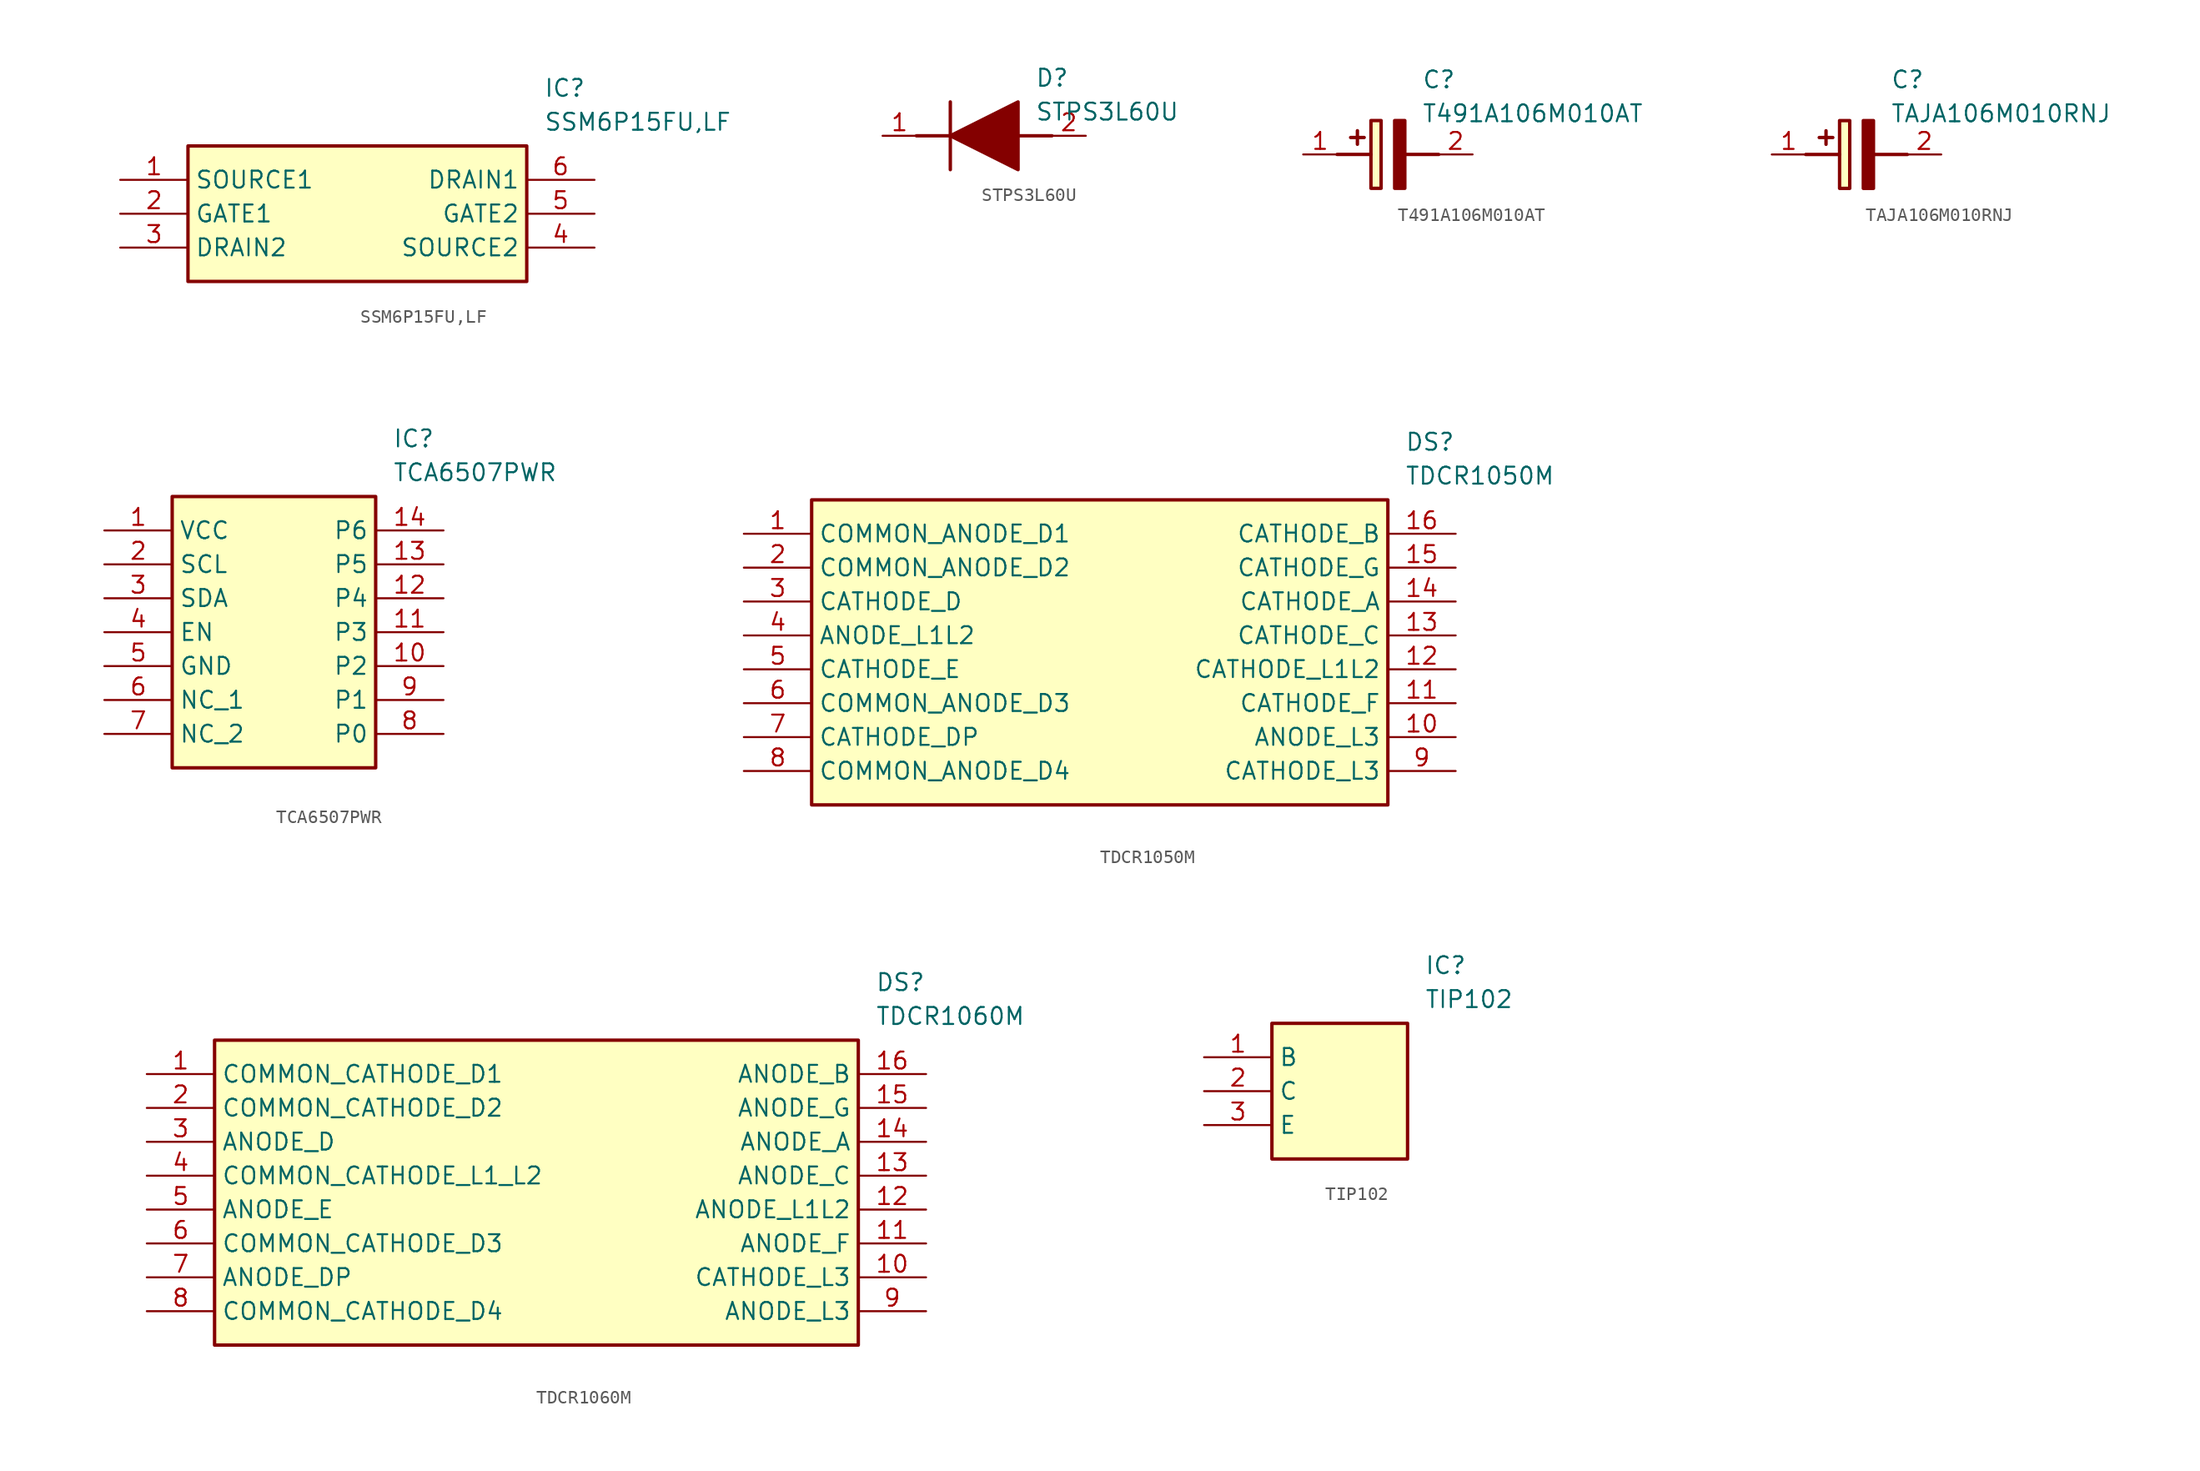
<source format=kicad_sym>
(kicad_symbol_lib
  (version 20231120)
  (generator "kicad_symbol_editor")
  (generator_version "8.0")
  (symbol "SSM6P15FU,LF"
    (property "Reference" "IC"
      (at 31.75 7.62 0)
      (effects (font (size 1.27 1.27)) (justify left top)))
    (property "Value" "SSM6P15FU,LF"
      (at 31.75 5.08 0)
      (effects (font (size 1.27 1.27)) (justify left top)))
    (symbol "SSM6P15FU,LF_1_1"
      (rectangle (start 5.08 2.54) (end 30.48 -7.62) (stroke (width 0.254) (type default)) (fill (type background)))
      (pin passive line (at 0 0 0) (length 5.08) (name "SOURCE1" (effects (font (size 1.27 1.27)))) (number "1" (effects (font (size 1.27 1.27)))))
      (pin passive line (at 0 -2.54 0) (length 5.08) (name "GATE1" (effects (font (size 1.27 1.27)))) (number "2" (effects (font (size 1.27 1.27)))))
      (pin passive line (at 0 -5.08 0) (length 5.08) (name "DRAIN2" (effects (font (size 1.27 1.27)))) (number "3" (effects (font (size 1.27 1.27)))))
      (pin passive line (at 35.56 -5.08 180) (length 5.08) (name "SOURCE2" (effects (font (size 1.27 1.27)))) (number "4" (effects (font (size 1.27 1.27)))))
      (pin passive line (at 35.56 -2.54 180) (length 5.08) (name "GATE2" (effects (font (size 1.27 1.27)))) (number "5" (effects (font (size 1.27 1.27)))))
      (pin passive line (at 35.56 0 180) (length 5.08) (name "DRAIN1" (effects (font (size 1.27 1.27)))) (number "6" (effects (font (size 1.27 1.27)))))))
  (symbol "STPS3L60U"
    (pin_names hide)
    (property "Reference" "D"
      (at 11.43 5.08 0)
      (effects (font (size 1.27 1.27)) (justify left top)))
    (property "Value" "STPS3L60U"
      (at 11.43 2.54 0)
      (effects (font (size 1.27 1.27)) (justify left top)))
    (symbol "STPS3L60U_1_1"
      (polyline (pts (xy 2.54 0) (xy 5.08 0)) (stroke (width 0.254) (type default)) (fill (type none)))
      (polyline (pts (xy 5.08 2.54) (xy 5.08 -2.54)) (stroke (width 0.254) (type default)) (fill (type none)))
      (polyline (pts (xy 10.16 0) (xy 12.7 0)) (stroke (width 0.254) (type default)) (fill (type none)))
      (polyline (pts (xy 5.08 0) (xy 10.16 2.54) (xy 10.16 -2.54) (xy 5.08 0)) (stroke (width 0.254) (type default)) (fill (type outline)))
      (pin passive line (at 0 0 0) (length 2.54) (name "K" (effects (font (size 1.27 1.27)))) (number "1" (effects (font (size 1.27 1.27)))))
      (pin passive line (at 15.24 0 180) (length 2.54) (name "A" (effects (font (size 1.27 1.27)))) (number "2" (effects (font (size 1.27 1.27)))))))
  (symbol "T491A106M010AT"
    (pin_names hide)
    (property "Reference" "C"
      (at 8.89 6.35 0)
      (effects (font (size 1.27 1.27)) (justify left top)))
    (property "Value" "T491A106M010AT"
      (at 8.89 3.81 0)
      (effects (font (size 1.27 1.27)) (justify left top)))
    (symbol "T491A106M010AT_1_1"
      (polyline (pts (xy 2.54 0) (xy 5.08 0)) (stroke (width 0.254) (type default)) (fill (type none)))
      (polyline (pts (xy 4.064 1.778) (xy 4.064 0.762)) (stroke (width 0.254) (type default)) (fill (type none)))
      (polyline (pts (xy 4.572 1.27) (xy 3.556 1.27)) (stroke (width 0.254) (type default)) (fill (type none)))
      (polyline (pts (xy 7.62 0) (xy 10.16 0)) (stroke (width 0.254) (type default)) (fill (type none)))
      (polyline (pts (xy 7.62 2.54) (xy 7.62 -2.54) (xy 6.858 -2.54) (xy 6.858 2.54) (xy 7.62 2.54)) (stroke (width 0.254) (type default)) (fill (type outline)))
      (rectangle (start 5.08 2.54) (end 5.842 -2.54) (stroke (width 0.254) (type default)) (fill (type background)))
      (pin passive line (at 0 0 0) (length 2.54) (name "+" (effects (font (size 1.27 1.27)))) (number "1" (effects (font (size 1.27 1.27)))))
      (pin passive line (at 12.7 0 180) (length 2.54) (name "-" (effects (font (size 1.27 1.27)))) (number "2" (effects (font (size 1.27 1.27)))))))
  (symbol "TAJA106M010RNJ"
    (pin_names hide)
    (property "Reference" "C"
      (at 8.89 6.35 0)
      (effects (font (size 1.27 1.27)) (justify left top)))
    (property "Value" "TAJA106M010RNJ"
      (at 8.89 3.81 0)
      (effects (font (size 1.27 1.27)) (justify left top)))
    (symbol "TAJA106M010RNJ_1_1"
      (polyline (pts (xy 2.54 0) (xy 5.08 0)) (stroke (width 0.254) (type default)) (fill (type none)))
      (polyline (pts (xy 4.064 1.778) (xy 4.064 0.762)) (stroke (width 0.254) (type default)) (fill (type none)))
      (polyline (pts (xy 4.572 1.27) (xy 3.556 1.27)) (stroke (width 0.254) (type default)) (fill (type none)))
      (polyline (pts (xy 7.62 0) (xy 10.16 0)) (stroke (width 0.254) (type default)) (fill (type none)))
      (polyline (pts (xy 7.62 2.54) (xy 7.62 -2.54) (xy 6.858 -2.54) (xy 6.858 2.54) (xy 7.62 2.54)) (stroke (width 0.254) (type default)) (fill (type outline)))
      (rectangle (start 5.08 2.54) (end 5.842 -2.54) (stroke (width 0.254) (type default)) (fill (type background)))
      (pin passive line (at 0 0 0) (length 2.54) (name "+" (effects (font (size 1.27 1.27)))) (number "1" (effects (font (size 1.27 1.27)))))
      (pin passive line (at 12.7 0 180) (length 2.54) (name "-" (effects (font (size 1.27 1.27)))) (number "2" (effects (font (size 1.27 1.27)))))))
  (symbol "TCA6507PWR"
    (property "Reference" "IC"
      (at 21.59 7.62 0)
      (effects (font (size 1.27 1.27)) (justify left top)))
    (property "Value" "TCA6507PWR"
      (at 21.59 5.08 0)
      (effects (font (size 1.27 1.27)) (justify left top)))
    (symbol "TCA6507PWR_1_1"
      (rectangle (start 5.08 2.54) (end 20.32 -17.78) (stroke (width 0.254) (type default)) (fill (type background)))
      (pin passive line (at 0 0 0) (length 5.08) (name "VCC" (effects (font (size 1.27 1.27)))) (number "1" (effects (font (size 1.27 1.27)))))
      (pin passive line (at 25.4 -10.16 180) (length 5.08) (name "P2" (effects (font (size 1.27 1.27)))) (number "10" (effects (font (size 1.27 1.27)))))
      (pin passive line (at 25.4 -7.62 180) (length 5.08) (name "P3" (effects (font (size 1.27 1.27)))) (number "11" (effects (font (size 1.27 1.27)))))
      (pin passive line (at 25.4 -5.08 180) (length 5.08) (name "P4" (effects (font (size 1.27 1.27)))) (number "12" (effects (font (size 1.27 1.27)))))
      (pin passive line (at 25.4 -2.54 180) (length 5.08) (name "P5" (effects (font (size 1.27 1.27)))) (number "13" (effects (font (size 1.27 1.27)))))
      (pin passive line (at 25.4 0 180) (length 5.08) (name "P6" (effects (font (size 1.27 1.27)))) (number "14" (effects (font (size 1.27 1.27)))))
      (pin passive line (at 0 -2.54 0) (length 5.08) (name "SCL" (effects (font (size 1.27 1.27)))) (number "2" (effects (font (size 1.27 1.27)))))
      (pin passive line (at 0 -5.08 0) (length 5.08) (name "SDA" (effects (font (size 1.27 1.27)))) (number "3" (effects (font (size 1.27 1.27)))))
      (pin passive line (at 0 -7.62 0) (length 5.08) (name "EN" (effects (font (size 1.27 1.27)))) (number "4" (effects (font (size 1.27 1.27)))))
      (pin passive line (at 0 -10.16 0) (length 5.08) (name "GND" (effects (font (size 1.27 1.27)))) (number "5" (effects (font (size 1.27 1.27)))))
      (pin passive line (at 0 -12.7 0) (length 5.08) (name "NC_1" (effects (font (size 1.27 1.27)))) (number "6" (effects (font (size 1.27 1.27)))))
      (pin passive line (at 0 -15.24 0) (length 5.08) (name "NC_2" (effects (font (size 1.27 1.27)))) (number "7" (effects (font (size 1.27 1.27)))))
      (pin passive line (at 25.4 -15.24 180) (length 5.08) (name "P0" (effects (font (size 1.27 1.27)))) (number "8" (effects (font (size 1.27 1.27)))))
      (pin passive line (at 25.4 -12.7 180) (length 5.08) (name "P1" (effects (font (size 1.27 1.27)))) (number "9" (effects (font (size 1.27 1.27)))))))
  (symbol "TDCR1050M"
    (property "Reference" "DS"
      (at 49.53 7.62 0)
      (effects (font (size 1.27 1.27)) (justify left top)))
    (property "Value" "TDCR1050M"
      (at 49.53 5.08 0)
      (effects (font (size 1.27 1.27)) (justify left top)))
    (symbol "TDCR1050M_1_1"
      (rectangle (start 5.08 2.54) (end 48.26 -20.32) (stroke (width 0.254) (type default)) (fill (type background)))
      (pin passive line (at 0 0 0) (length 5.08) (name "COMMON_ANODE_D1" (effects (font (size 1.27 1.27)))) (number "1" (effects (font (size 1.27 1.27)))))
      (pin passive line (at 53.34 -15.24 180) (length 5.08) (name "ANODE_L3" (effects (font (size 1.27 1.27)))) (number "10" (effects (font (size 1.27 1.27)))))
      (pin passive line (at 53.34 -12.7 180) (length 5.08) (name "CATHODE_F" (effects (font (size 1.27 1.27)))) (number "11" (effects (font (size 1.27 1.27)))))
      (pin passive line (at 53.34 -10.16 180) (length 5.08) (name "CATHODE_L1L2" (effects (font (size 1.27 1.27)))) (number "12" (effects (font (size 1.27 1.27)))))
      (pin passive line (at 53.34 -7.62 180) (length 5.08) (name "CATHODE_C" (effects (font (size 1.27 1.27)))) (number "13" (effects (font (size 1.27 1.27)))))
      (pin passive line (at 53.34 -5.08 180) (length 5.08) (name "CATHODE_A" (effects (font (size 1.27 1.27)))) (number "14" (effects (font (size 1.27 1.27)))))
      (pin passive line (at 53.34 -2.54 180) (length 5.08) (name "CATHODE_G" (effects (font (size 1.27 1.27)))) (number "15" (effects (font (size 1.27 1.27)))))
      (pin passive line (at 53.34 0 180) (length 5.08) (name "CATHODE_B" (effects (font (size 1.27 1.27)))) (number "16" (effects (font (size 1.27 1.27)))))
      (pin passive line (at 0 -2.54 0) (length 5.08) (name "COMMON_ANODE_D2" (effects (font (size 1.27 1.27)))) (number "2" (effects (font (size 1.27 1.27)))))
      (pin passive line (at 0 -5.08 0) (length 5.08) (name "CATHODE_D" (effects (font (size 1.27 1.27)))) (number "3" (effects (font (size 1.27 1.27)))))
      (pin passive line (at 0 -7.62 0) (length 5.08) (name "ANODE_L1L2" (effects (font (size 1.27 1.27)))) (number "4" (effects (font (size 1.27 1.27)))))
      (pin passive line (at 0 -10.16 0) (length 5.08) (name "CATHODE_E" (effects (font (size 1.27 1.27)))) (number "5" (effects (font (size 1.27 1.27)))))
      (pin passive line (at 0 -12.7 0) (length 5.08) (name "COMMON_ANODE_D3" (effects (font (size 1.27 1.27)))) (number "6" (effects (font (size 1.27 1.27)))))
      (pin passive line (at 0 -15.24 0) (length 5.08) (name "CATHODE_DP" (effects (font (size 1.27 1.27)))) (number "7" (effects (font (size 1.27 1.27)))))
      (pin passive line (at 0 -17.78 0) (length 5.08) (name "COMMON_ANODE_D4" (effects (font (size 1.27 1.27)))) (number "8" (effects (font (size 1.27 1.27)))))
      (pin passive line (at 53.34 -17.78 180) (length 5.08) (name "CATHODE_L3" (effects (font (size 1.27 1.27)))) (number "9" (effects (font (size 1.27 1.27)))))))
  (symbol "TDCR1060M"
    (property "Reference" "DS"
      (at 54.61 7.62 0)
      (effects (font (size 1.27 1.27)) (justify left top)))
    (property "Value" "TDCR1060M"
      (at 54.61 5.08 0)
      (effects (font (size 1.27 1.27)) (justify left top)))
    (symbol "TDCR1060M_1_1"
      (rectangle (start 5.08 2.54) (end 53.34 -20.32) (stroke (width 0.254) (type default)) (fill (type background)))
      (pin passive line (at 0 0 0) (length 5.08) (name "COMMON_CATHODE_D1" (effects (font (size 1.27 1.27)))) (number "1" (effects (font (size 1.27 1.27)))))
      (pin passive line (at 58.42 -15.24 180) (length 5.08) (name "CATHODE_L3" (effects (font (size 1.27 1.27)))) (number "10" (effects (font (size 1.27 1.27)))))
      (pin passive line (at 58.42 -12.7 180) (length 5.08) (name "ANODE_F" (effects (font (size 1.27 1.27)))) (number "11" (effects (font (size 1.27 1.27)))))
      (pin passive line (at 58.42 -10.16 180) (length 5.08) (name "ANODE_L1L2" (effects (font (size 1.27 1.27)))) (number "12" (effects (font (size 1.27 1.27)))))
      (pin passive line (at 58.42 -7.62 180) (length 5.08) (name "ANODE_C" (effects (font (size 1.27 1.27)))) (number "13" (effects (font (size 1.27 1.27)))))
      (pin passive line (at 58.42 -5.08 180) (length 5.08) (name "ANODE_A" (effects (font (size 1.27 1.27)))) (number "14" (effects (font (size 1.27 1.27)))))
      (pin passive line (at 58.42 -2.54 180) (length 5.08) (name "ANODE_G" (effects (font (size 1.27 1.27)))) (number "15" (effects (font (size 1.27 1.27)))))
      (pin passive line (at 58.42 0 180) (length 5.08) (name "ANODE_B" (effects (font (size 1.27 1.27)))) (number "16" (effects (font (size 1.27 1.27)))))
      (pin passive line (at 0 -2.54 0) (length 5.08) (name "COMMON_CATHODE_D2" (effects (font (size 1.27 1.27)))) (number "2" (effects (font (size 1.27 1.27)))))
      (pin passive line (at 0 -5.08 0) (length 5.08) (name "ANODE_D" (effects (font (size 1.27 1.27)))) (number "3" (effects (font (size 1.27 1.27)))))
      (pin passive line (at 0 -7.62 0) (length 5.08) (name "COMMON_CATHODE_L1_L2" (effects (font (size 1.27 1.27)))) (number "4" (effects (font (size 1.27 1.27)))))
      (pin passive line (at 0 -10.16 0) (length 5.08) (name "ANODE_E" (effects (font (size 1.27 1.27)))) (number "5" (effects (font (size 1.27 1.27)))))
      (pin passive line (at 0 -12.7 0) (length 5.08) (name "COMMON_CATHODE_D3" (effects (font (size 1.27 1.27)))) (number "6" (effects (font (size 1.27 1.27)))))
      (pin passive line (at 0 -15.24 0) (length 5.08) (name "ANODE_DP" (effects (font (size 1.27 1.27)))) (number "7" (effects (font (size 1.27 1.27)))))
      (pin passive line (at 0 -17.78 0) (length 5.08) (name "COMMON_CATHODE_D4" (effects (font (size 1.27 1.27)))) (number "8" (effects (font (size 1.27 1.27)))))
      (pin passive line (at 58.42 -17.78 180) (length 5.08) (name "ANODE_L3" (effects (font (size 1.27 1.27)))) (number "9" (effects (font (size 1.27 1.27)))))))
  (symbol "TIP102"
    (property "Reference" "IC"
      (at 16.51 7.62 0)
      (effects (font (size 1.27 1.27)) (justify left top)))
    (property "Value" "TIP102"
      (at 16.51 5.08 0)
      (effects (font (size 1.27 1.27)) (justify left top)))
    (symbol "TIP102_1_1"
      (rectangle (start 5.08 2.54) (end 15.24 -7.62) (stroke (width 0.254) (type default)) (fill (type background)))
      (pin passive line (at 0 0 0) (length 5.08) (name "B" (effects (font (size 1.27 1.27)))) (number "1" (effects (font (size 1.27 1.27)))))
      (pin passive line (at 0 -2.54 0) (length 5.08) (name "C" (effects (font (size 1.27 1.27)))) (number "2" (effects (font (size 1.27 1.27)))))
      (pin passive line (at 0 -5.08 0) (length 5.08) (name "E" (effects (font (size 1.27 1.27)))) (number "3" (effects (font (size 1.27 1.27))))))))
</source>
